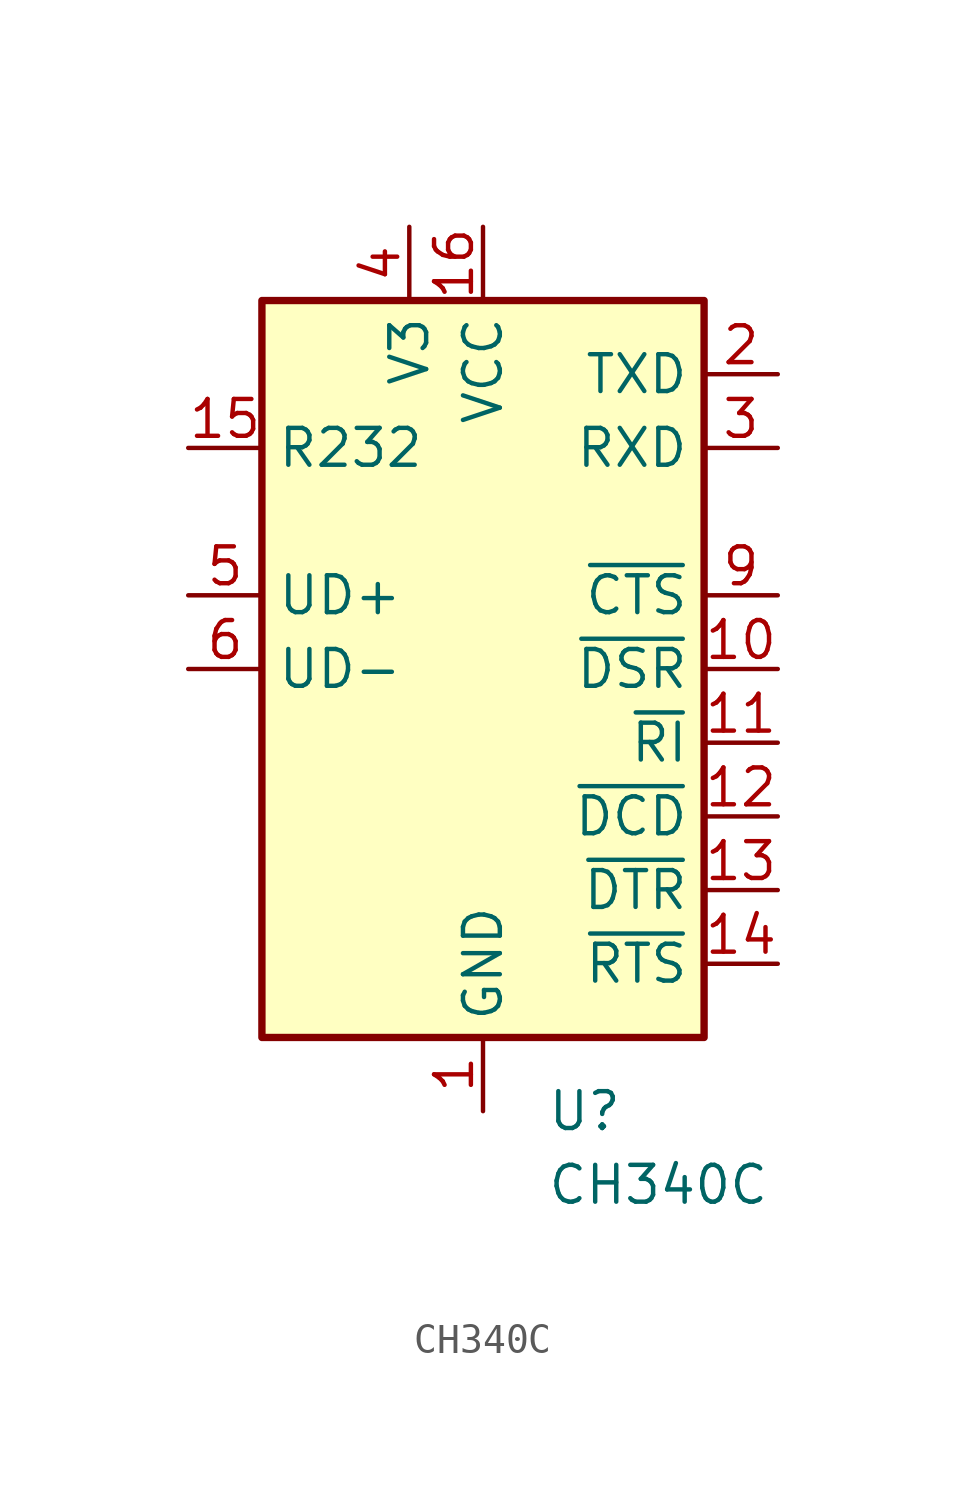
<source format=kicad_sym>
(kicad_symbol_lib
  (version 20231120)
  (generator "kicad_symbol_editor")
  (generator_version "8.0")
  (symbol "CH340C"
    (property "Reference" "U"
      (at 2.194 -15.24 0)
      (effects (font (size 1.27 1.27)) (justify left)))
    (property "Value" "CH340C"
      (at 2.194 -17.78 0)
      (effects (font (size 1.27 1.27)) (justify left)))
    (symbol "CH340C_0_1"
      (rectangle (start -7.62 12.7) (end 7.62 -12.7) (stroke (width 0.254) (type default)) (fill (type background))))
    (symbol "CH340C_1_1"
      (pin power_in line (at 0 -15.24 90) (length 2.54) (name "GND" (effects (font (size 1.27 1.27)))) (number "1" (effects (font (size 1.27 1.27)))))
      (pin input line (at 10.16 0 180) (length 2.54) (name "~{DSR}" (effects (font (size 1.27 1.27)))) (number "10" (effects (font (size 1.27 1.27)))))
      (pin input line (at 10.16 -2.54 180) (length 2.54) (name "~{RI}" (effects (font (size 1.27 1.27)))) (number "11" (effects (font (size 1.27 1.27)))))
      (pin input line (at 10.16 -5.08 180) (length 2.54) (name "~{DCD}" (effects (font (size 1.27 1.27)))) (number "12" (effects (font (size 1.27 1.27)))))
      (pin output line (at 10.16 -7.62 180) (length 2.54) (name "~{DTR}" (effects (font (size 1.27 1.27)))) (number "13" (effects (font (size 1.27 1.27)))))
      (pin output line (at 10.16 -10.16 180) (length 2.54) (name "~{RTS}" (effects (font (size 1.27 1.27)))) (number "14" (effects (font (size 1.27 1.27)))))
      (pin input line (at -10.16 7.62 0) (length 2.54) (name "R232" (effects (font (size 1.27 1.27)))) (number "15" (effects (font (size 1.27 1.27)))))
      (pin power_in line (at 0 15.24 270) (length 2.54) (name "VCC" (effects (font (size 1.27 1.27)))) (number "16" (effects (font (size 1.27 1.27)))))
      (pin output line (at 10.16 10.16 180) (length 2.54) (name "TXD" (effects (font (size 1.27 1.27)))) (number "2" (effects (font (size 1.27 1.27)))))
      (pin input line (at 10.16 7.62 180) (length 2.54) (name "RXD" (effects (font (size 1.27 1.27)))) (number "3" (effects (font (size 1.27 1.27)))))
      (pin passive line (at -2.54 15.24 270) (length 2.54) (name "V3" (effects (font (size 1.27 1.27)))) (number "4" (effects (font (size 1.27 1.27)))))
      (pin bidirectional line (at -10.16 2.54 0) (length 2.54) (name "UD+" (effects (font (size 1.27 1.27)))) (number "5" (effects (font (size 1.27 1.27)))))
      (pin bidirectional line (at -10.16 0 0) (length 2.54) (name "UD-" (effects (font (size 1.27 1.27)))) (number "6" (effects (font (size 1.27 1.27)))))
      (pin no_connect line (at -7.62 -7.62 0) (length 2.54) hide (name "NC" (effects (font (size 1.27 1.27)))) (number "7" (effects (font (size 1.27 1.27)))))
      (pin no_connect line (at -7.62 -10.16 0) (length 2.54) hide (name "NC" (effects (font (size 1.27 1.27)))) (number "8" (effects (font (size 1.27 1.27)))))
      (pin input line (at 10.16 2.54 180) (length 2.54) (name "~{CTS}" (effects (font (size 1.27 1.27)))) (number "9" (effects (font (size 1.27 1.27))))))))
</source>
